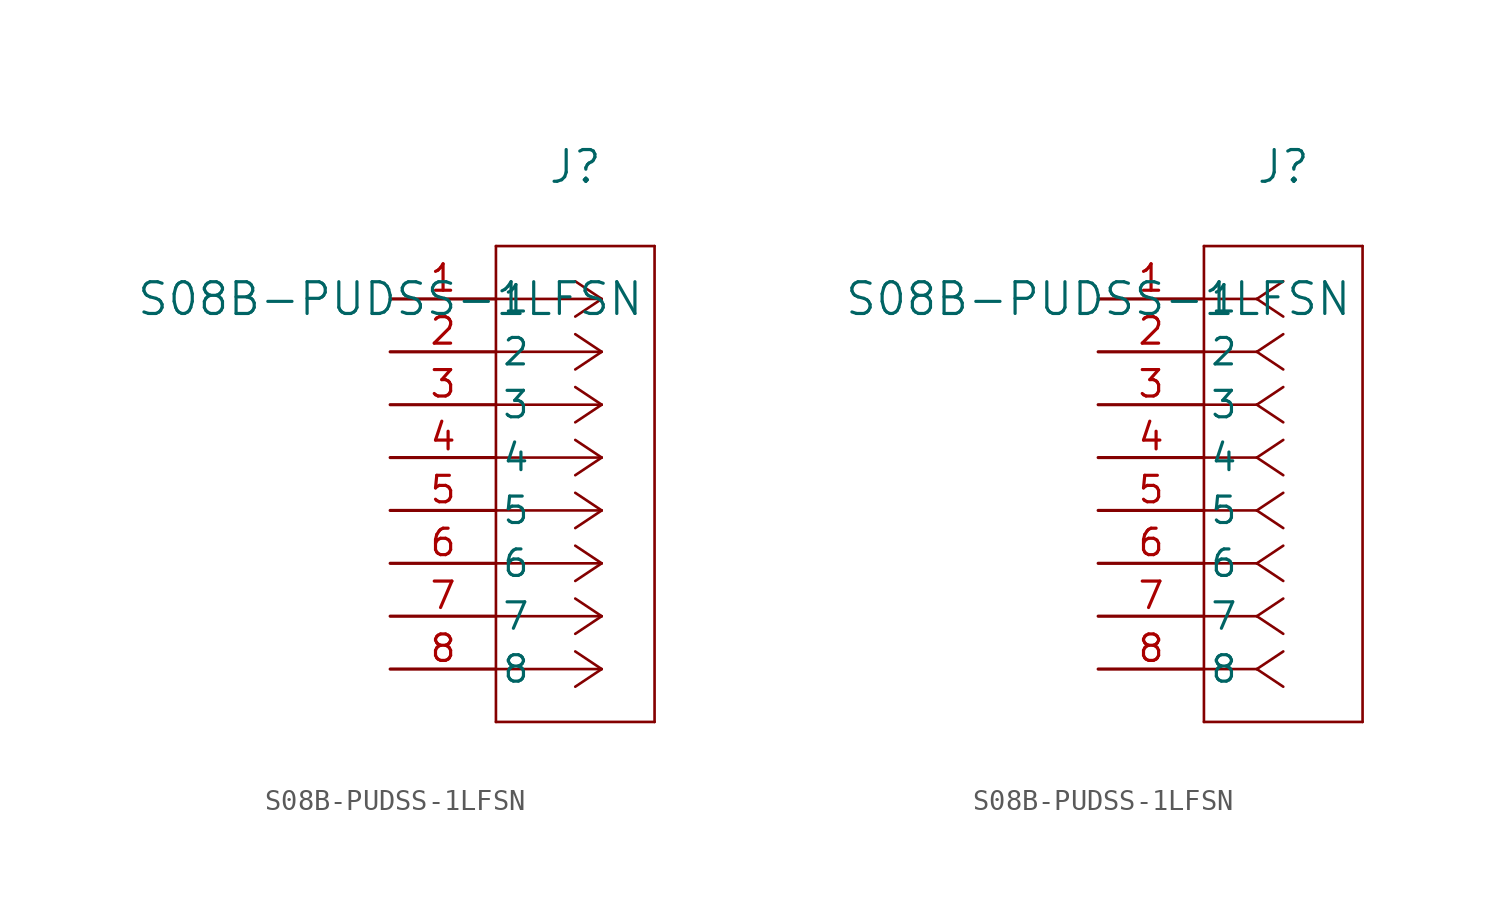
<source format=kicad_sym>
(kicad_symbol_lib
  (version 20211014)
  (generator kicad_symbol_editor)
  (symbol "S08B-PUDSS-1LFSN"
    (pin_names
      (offset 0.254))
    (property "Reference" "J"
      (at 8.89 6.35 0)
      (effects (font (size 1.524 1.524))))
    (property "Value" "S08B-PUDSS-1LFSN"
      (at 0 0 0)
      (effects (font (size 1.524 1.524))))
    (symbol "S08B-PUDSS-1LFSN_1_1"
      (polyline (pts (xy 10.16 0) (xy 5.08 0)) (stroke (width 0.127) (type default) (color 0 0 0 0)) (fill (type none)))
      (polyline (pts (xy 10.16 -2.54) (xy 5.08 -2.54)) (stroke (width 0.127) (type default) (color 0 0 0 0)) (fill (type none)))
      (polyline (pts (xy 10.16 -5.08) (xy 5.08 -5.08)) (stroke (width 0.127) (type default) (color 0 0 0 0)) (fill (type none)))
      (polyline (pts (xy 10.16 -7.62) (xy 5.08 -7.62)) (stroke (width 0.127) (type default) (color 0 0 0 0)) (fill (type none)))
      (polyline (pts (xy 10.16 -10.16) (xy 5.08 -10.16)) (stroke (width 0.127) (type default) (color 0 0 0 0)) (fill (type none)))
      (polyline (pts (xy 10.16 -12.7) (xy 5.08 -12.7)) (stroke (width 0.127) (type default) (color 0 0 0 0)) (fill (type none)))
      (polyline (pts (xy 10.16 -15.24) (xy 5.08 -15.24)) (stroke (width 0.127) (type default) (color 0 0 0 0)) (fill (type none)))
      (polyline (pts (xy 10.16 -17.78) (xy 5.08 -17.78)) (stroke (width 0.127) (type default) (color 0 0 0 0)) (fill (type none)))
      (polyline (pts (xy 10.16 0) (xy 8.89 0.847)) (stroke (width 0.127) (type default) (color 0 0 0 0)) (fill (type none)))
      (polyline (pts (xy 10.16 -2.54) (xy 8.89 -1.693)) (stroke (width 0.127) (type default) (color 0 0 0 0)) (fill (type none)))
      (polyline (pts (xy 10.16 -5.08) (xy 8.89 -4.233)) (stroke (width 0.127) (type default) (color 0 0 0 0)) (fill (type none)))
      (polyline (pts (xy 10.16 -7.62) (xy 8.89 -6.773)) (stroke (width 0.127) (type default) (color 0 0 0 0)) (fill (type none)))
      (polyline (pts (xy 10.16 -10.16) (xy 8.89 -9.313)) (stroke (width 0.127) (type default) (color 0 0 0 0)) (fill (type none)))
      (polyline (pts (xy 10.16 -12.7) (xy 8.89 -11.853)) (stroke (width 0.127) (type default) (color 0 0 0 0)) (fill (type none)))
      (polyline (pts (xy 10.16 -15.24) (xy 8.89 -14.393)) (stroke (width 0.127) (type default) (color 0 0 0 0)) (fill (type none)))
      (polyline (pts (xy 10.16 -17.78) (xy 8.89 -16.933)) (stroke (width 0.127) (type default) (color 0 0 0 0)) (fill (type none)))
      (polyline (pts (xy 10.16 0) (xy 8.89 -0.847)) (stroke (width 0.127) (type default) (color 0 0 0 0)) (fill (type none)))
      (polyline (pts (xy 10.16 -2.54) (xy 8.89 -3.387)) (stroke (width 0.127) (type default) (color 0 0 0 0)) (fill (type none)))
      (polyline (pts (xy 10.16 -5.08) (xy 8.89 -5.927)) (stroke (width 0.127) (type default) (color 0 0 0 0)) (fill (type none)))
      (polyline (pts (xy 10.16 -7.62) (xy 8.89 -8.467)) (stroke (width 0.127) (type default) (color 0 0 0 0)) (fill (type none)))
      (polyline (pts (xy 10.16 -10.16) (xy 8.89 -11.007)) (stroke (width 0.127) (type default) (color 0 0 0 0)) (fill (type none)))
      (polyline (pts (xy 10.16 -12.7) (xy 8.89 -13.547)) (stroke (width 0.127) (type default) (color 0 0 0 0)) (fill (type none)))
      (polyline (pts (xy 10.16 -15.24) (xy 8.89 -16.087)) (stroke (width 0.127) (type default) (color 0 0 0 0)) (fill (type none)))
      (polyline (pts (xy 10.16 -17.78) (xy 8.89 -18.627)) (stroke (width 0.127) (type default) (color 0 0 0 0)) (fill (type none)))
      (polyline (pts (xy 5.08 2.54) (xy 5.08 -20.32)) (stroke (width 0.127) (type default) (color 0 0 0 0)) (fill (type none)))
      (polyline (pts (xy 5.08 -20.32) (xy 12.7 -20.32)) (stroke (width 0.127) (type default) (color 0 0 0 0)) (fill (type none)))
      (polyline (pts (xy 12.7 -20.32) (xy 12.7 2.54)) (stroke (width 0.127) (type default) (color 0 0 0 0)) (fill (type none)))
      (polyline (pts (xy 12.7 2.54) (xy 5.08 2.54)) (stroke (width 0.127) (type default) (color 0 0 0 0)) (fill (type none)))
      (pin unspecified line (at 0 0 0) (length 5.08) (name "1" (effects (font (size 1.27 1.27)))) (number "1" (effects (font (size 1.27 1.27)))))
      (pin unspecified line (at 0 -2.54 0) (length 5.08) (name "2" (effects (font (size 1.27 1.27)))) (number "2" (effects (font (size 1.27 1.27)))))
      (pin unspecified line (at 0 -5.08 0) (length 5.08) (name "3" (effects (font (size 1.27 1.27)))) (number "3" (effects (font (size 1.27 1.27)))))
      (pin unspecified line (at 0 -7.62 0) (length 5.08) (name "4" (effects (font (size 1.27 1.27)))) (number "4" (effects (font (size 1.27 1.27)))))
      (pin unspecified line (at 0 -10.16 0) (length 5.08) (name "5" (effects (font (size 1.27 1.27)))) (number "5" (effects (font (size 1.27 1.27)))))
      (pin unspecified line (at 0 -12.7 0) (length 5.08) (name "6" (effects (font (size 1.27 1.27)))) (number "6" (effects (font (size 1.27 1.27)))))
      (pin unspecified line (at 0 -15.24 0) (length 5.08) (name "7" (effects (font (size 1.27 1.27)))) (number "7" (effects (font (size 1.27 1.27)))))
      (pin unspecified line (at 0 -17.78 0) (length 5.08) (name "8" (effects (font (size 1.27 1.27)))) (number "8" (effects (font (size 1.27 1.27))))))
    (symbol "S08B-PUDSS-1LFSN_1_2"
      (polyline (pts (xy 7.62 0) (xy 5.08 0)) (stroke (width 0.127) (type default) (color 0 0 0 0)) (fill (type none)))
      (polyline (pts (xy 7.62 -2.54) (xy 5.08 -2.54)) (stroke (width 0.127) (type default) (color 0 0 0 0)) (fill (type none)))
      (polyline (pts (xy 7.62 -5.08) (xy 5.08 -5.08)) (stroke (width 0.127) (type default) (color 0 0 0 0)) (fill (type none)))
      (polyline (pts (xy 7.62 -7.62) (xy 5.08 -7.62)) (stroke (width 0.127) (type default) (color 0 0 0 0)) (fill (type none)))
      (polyline (pts (xy 7.62 -10.16) (xy 5.08 -10.16)) (stroke (width 0.127) (type default) (color 0 0 0 0)) (fill (type none)))
      (polyline (pts (xy 7.62 -12.7) (xy 5.08 -12.7)) (stroke (width 0.127) (type default) (color 0 0 0 0)) (fill (type none)))
      (polyline (pts (xy 7.62 -15.24) (xy 5.08 -15.24)) (stroke (width 0.127) (type default) (color 0 0 0 0)) (fill (type none)))
      (polyline (pts (xy 7.62 -17.78) (xy 5.08 -17.78)) (stroke (width 0.127) (type default) (color 0 0 0 0)) (fill (type none)))
      (polyline (pts (xy 7.62 0) (xy 8.89 0.847)) (stroke (width 0.127) (type default) (color 0 0 0 0)) (fill (type none)))
      (polyline (pts (xy 7.62 -2.54) (xy 8.89 -1.693)) (stroke (width 0.127) (type default) (color 0 0 0 0)) (fill (type none)))
      (polyline (pts (xy 7.62 -5.08) (xy 8.89 -4.233)) (stroke (width 0.127) (type default) (color 0 0 0 0)) (fill (type none)))
      (polyline (pts (xy 7.62 -7.62) (xy 8.89 -6.773)) (stroke (width 0.127) (type default) (color 0 0 0 0)) (fill (type none)))
      (polyline (pts (xy 7.62 -10.16) (xy 8.89 -9.313)) (stroke (width 0.127) (type default) (color 0 0 0 0)) (fill (type none)))
      (polyline (pts (xy 7.62 -12.7) (xy 8.89 -11.853)) (stroke (width 0.127) (type default) (color 0 0 0 0)) (fill (type none)))
      (polyline (pts (xy 7.62 -15.24) (xy 8.89 -14.393)) (stroke (width 0.127) (type default) (color 0 0 0 0)) (fill (type none)))
      (polyline (pts (xy 7.62 -17.78) (xy 8.89 -16.933)) (stroke (width 0.127) (type default) (color 0 0 0 0)) (fill (type none)))
      (polyline (pts (xy 7.62 0) (xy 8.89 -0.847)) (stroke (width 0.127) (type default) (color 0 0 0 0)) (fill (type none)))
      (polyline (pts (xy 7.62 -2.54) (xy 8.89 -3.387)) (stroke (width 0.127) (type default) (color 0 0 0 0)) (fill (type none)))
      (polyline (pts (xy 7.62 -5.08) (xy 8.89 -5.927)) (stroke (width 0.127) (type default) (color 0 0 0 0)) (fill (type none)))
      (polyline (pts (xy 7.62 -7.62) (xy 8.89 -8.467)) (stroke (width 0.127) (type default) (color 0 0 0 0)) (fill (type none)))
      (polyline (pts (xy 7.62 -10.16) (xy 8.89 -11.007)) (stroke (width 0.127) (type default) (color 0 0 0 0)) (fill (type none)))
      (polyline (pts (xy 7.62 -12.7) (xy 8.89 -13.547)) (stroke (width 0.127) (type default) (color 0 0 0 0)) (fill (type none)))
      (polyline (pts (xy 7.62 -15.24) (xy 8.89 -16.087)) (stroke (width 0.127) (type default) (color 0 0 0 0)) (fill (type none)))
      (polyline (pts (xy 7.62 -17.78) (xy 8.89 -18.627)) (stroke (width 0.127) (type default) (color 0 0 0 0)) (fill (type none)))
      (polyline (pts (xy 5.08 2.54) (xy 5.08 -20.32)) (stroke (width 0.127) (type default) (color 0 0 0 0)) (fill (type none)))
      (polyline (pts (xy 5.08 -20.32) (xy 12.7 -20.32)) (stroke (width 0.127) (type default) (color 0 0 0 0)) (fill (type none)))
      (polyline (pts (xy 12.7 -20.32) (xy 12.7 2.54)) (stroke (width 0.127) (type default) (color 0 0 0 0)) (fill (type none)))
      (polyline (pts (xy 12.7 2.54) (xy 5.08 2.54)) (stroke (width 0.127) (type default) (color 0 0 0 0)) (fill (type none)))
      (pin unspecified line (at 0 0 0) (length 5.08) (name "1" (effects (font (size 1.27 1.27)))) (number "1" (effects (font (size 1.27 1.27)))))
      (pin unspecified line (at 0 -2.54 0) (length 5.08) (name "2" (effects (font (size 1.27 1.27)))) (number "2" (effects (font (size 1.27 1.27)))))
      (pin unspecified line (at 0 -5.08 0) (length 5.08) (name "3" (effects (font (size 1.27 1.27)))) (number "3" (effects (font (size 1.27 1.27)))))
      (pin unspecified line (at 0 -7.62 0) (length 5.08) (name "4" (effects (font (size 1.27 1.27)))) (number "4" (effects (font (size 1.27 1.27)))))
      (pin unspecified line (at 0 -10.16 0) (length 5.08) (name "5" (effects (font (size 1.27 1.27)))) (number "5" (effects (font (size 1.27 1.27)))))
      (pin unspecified line (at 0 -12.7 0) (length 5.08) (name "6" (effects (font (size 1.27 1.27)))) (number "6" (effects (font (size 1.27 1.27)))))
      (pin unspecified line (at 0 -15.24 0) (length 5.08) (name "7" (effects (font (size 1.27 1.27)))) (number "7" (effects (font (size 1.27 1.27)))))
      (pin unspecified line (at 0 -17.78 0) (length 5.08) (name "8" (effects (font (size 1.27 1.27)))) (number "8" (effects (font (size 1.27 1.27))))))))
</source>
